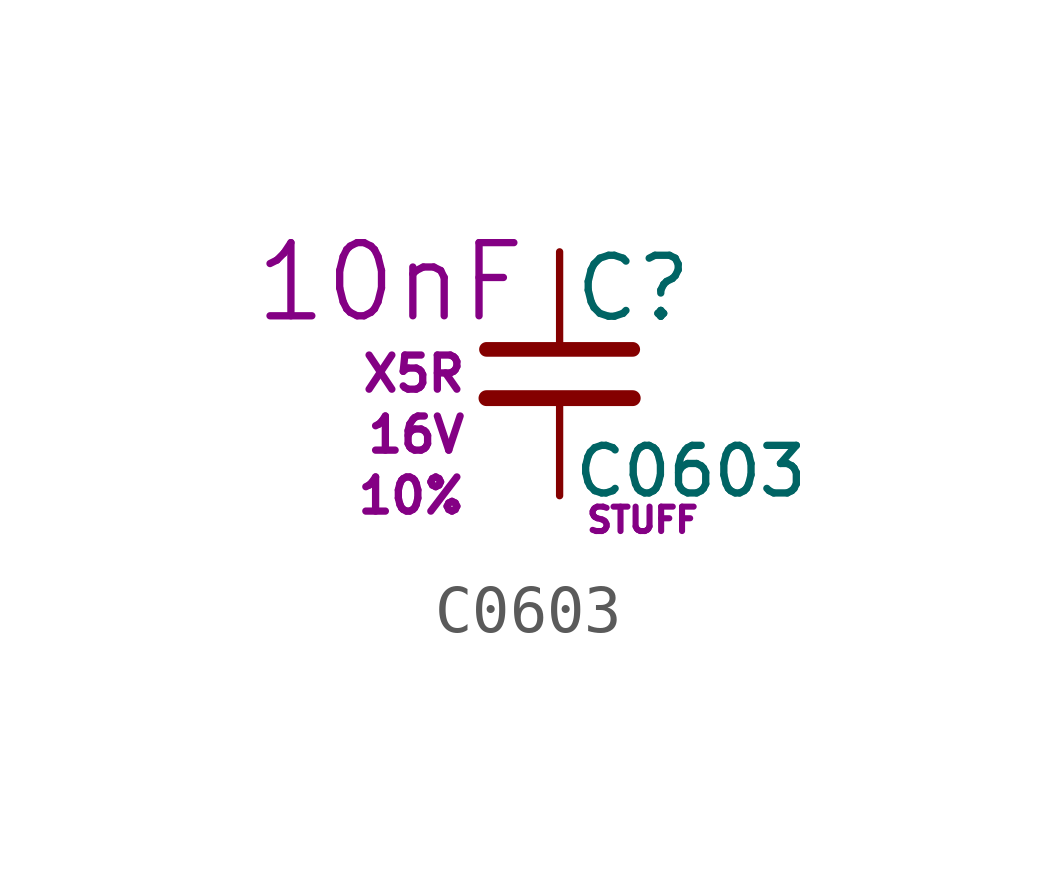
<source format=kicad_sym>
(kicad_symbol_lib
  (version 20211014)
  (generator kicad_symbol_editor)
  (symbol "C0603"
    (pin_numbers hide)
    (pin_names
      (offset 0.254) hide)
    (property "Reference" "C"
      (at 0.254 1.778 0)
      (effects (font (size 1.27 1.27)) (justify left)))
    (property "Value" "C0603"
      (at 0.254 -2.032 0)
      (effects (font (size 0.991 0.991)) (justify left)))
    (property "Datasheet" ""
      (at 0 0 0)
      (effects (font (size 1.27 1.27))))
    (property "C" "10nF"
      (at -0.635 1.905 0)
      (effects (font (size 1.524 1.524)) (justify right)))
    (property "TC" "X5R"
      (at -1.905 0 0)
      (effects (font (size 0.711 0.711)) (justify right)))
    (property "Vmax" "16V"
      (at -1.905 -1.27 0)
      (effects (font (size 0.711 0.711)) (justify right)))
    (property "Tol" "10%"
      (at -1.905 -2.54 0)
      (effects (font (size 0.711 0.711)) (justify right)))
    (property "SKU" "STUFF"
      (at 0.508 -3.048 0)
      (effects (font (size 0.508 0.508)) (justify left)))
    (symbol "C0603_0_1"
      (polyline (pts (xy -1.524 -0.508) (xy 1.524 -0.508)) (stroke (width 0.33) (type default) (color 0 0 0 0)) (fill (type none)))
      (polyline (pts (xy -1.524 0.508) (xy 1.524 0.508)) (stroke (width 0.305) (type default) (color 0 0 0 0)) (fill (type none))))
    (symbol "C0603_1_1"
      (pin passive line (at 0 2.54 270) (length 1.905) (name "~" (effects (font (size 1.016 1.016)))) (number "1" (effects (font (size 1.016 1.016)))))
      (pin passive line (at 0 -2.54 90) (length 2.032) (name "~" (effects (font (size 1.016 1.016)))) (number "2" (effects (font (size 1.016 1.016))))))))
</source>
